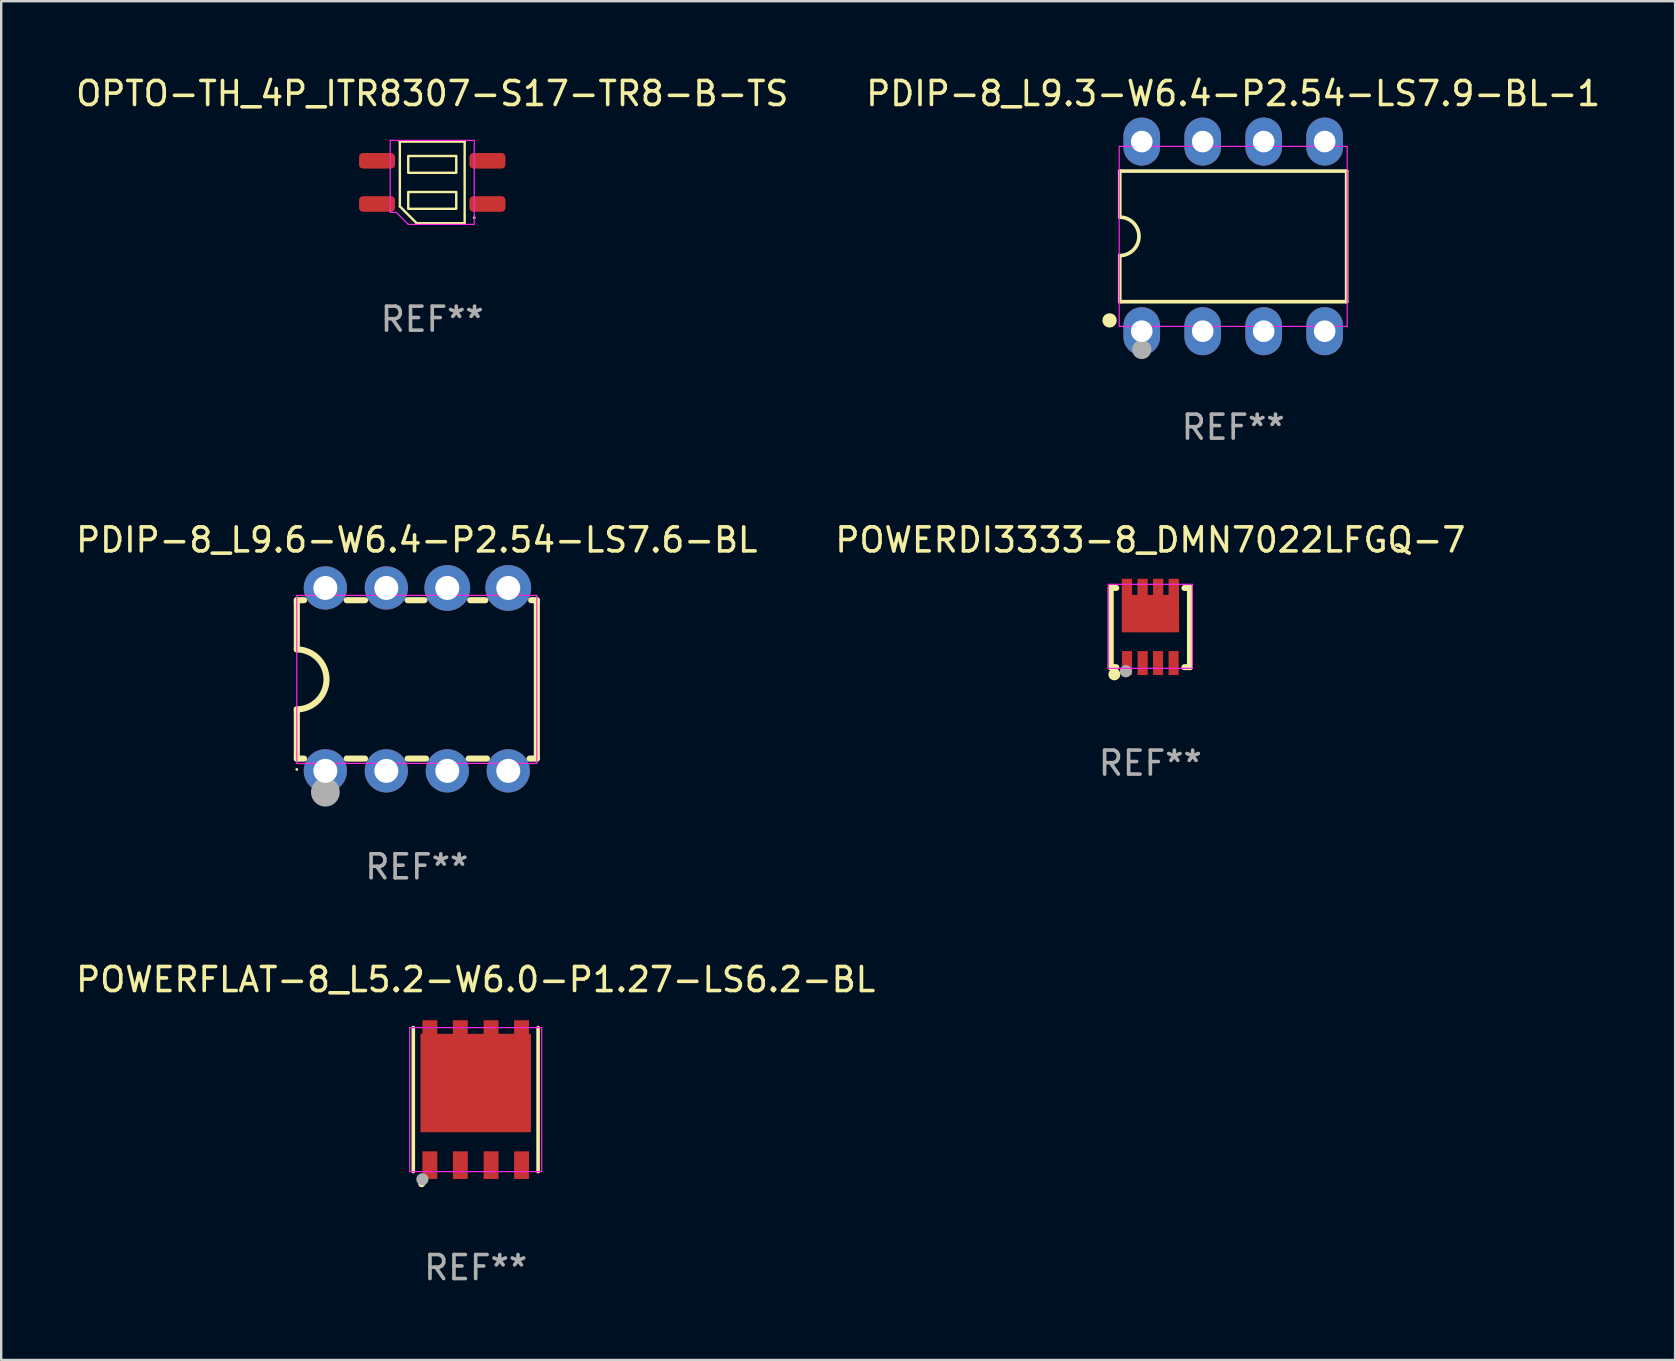
<source format=kicad_pcb>
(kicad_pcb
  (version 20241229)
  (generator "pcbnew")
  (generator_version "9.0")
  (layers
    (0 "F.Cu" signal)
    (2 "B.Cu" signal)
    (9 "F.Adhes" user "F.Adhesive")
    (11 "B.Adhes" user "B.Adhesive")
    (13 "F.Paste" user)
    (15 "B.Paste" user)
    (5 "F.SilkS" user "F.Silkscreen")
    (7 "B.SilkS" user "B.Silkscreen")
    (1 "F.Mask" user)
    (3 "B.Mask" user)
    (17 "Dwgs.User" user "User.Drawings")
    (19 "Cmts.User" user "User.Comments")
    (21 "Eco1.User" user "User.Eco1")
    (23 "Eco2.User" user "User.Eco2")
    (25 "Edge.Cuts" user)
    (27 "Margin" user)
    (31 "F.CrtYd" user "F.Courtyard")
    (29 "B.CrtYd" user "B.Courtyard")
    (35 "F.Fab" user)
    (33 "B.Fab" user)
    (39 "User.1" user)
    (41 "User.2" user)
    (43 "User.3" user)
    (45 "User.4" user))
  (footprint "PDIP-8_L9.6-W6.4-P2.54-LS7.6-BL"
    (layer "F.Cu")
    (at 14.315 25.255)
    (property "Reference" "PDIP-8_L9.6-W6.4-P2.54-LS7.6-BL" (at 0 -5.81 0) (layer "F.SilkS") (effects (font (size 1 1) (thickness 0.15))))
    (attr through_hole)
    (fp_line (start -5 -3.3) (end -5 -1.25) (stroke (width 0.254) (type solid)) (layer "F.SilkS"))
    (fp_line (start -5 -3.3) (end -4.698 -3.3) (stroke (width 0.254) (type solid)) (layer "F.SilkS"))
    (fp_line (start -5 3.3) (end -5 1.25) (stroke (width 0.254) (type solid)) (layer "F.SilkS"))
    (fp_line (start -5 3.3) (end -4.698 3.3) (stroke (width 0.254) (type solid)) (layer "F.SilkS"))
    (fp_line (start -2.922 -3.3) (end -2.158 -3.3) (stroke (width 0.254) (type solid)) (layer "F.SilkS"))
    (fp_line (start -2.922 3.3) (end -2.158 3.3) (stroke (width 0.254) (type solid)) (layer "F.SilkS"))
    (fp_line (start -0.382 -3.3) (end 0.316 -3.3) (stroke (width 0.254) (type solid)) (layer "F.SilkS"))
    (fp_line (start -0.382 3.3) (end 0.382 3.3) (stroke (width 0.254) (type solid)) (layer "F.SilkS"))
    (fp_line (start 2.158 3.3) (end 2.922 3.3) (stroke (width 0.254) (type solid)) (layer "F.SilkS"))
    (fp_line (start 2.224 -3.3) (end 2.856 -3.3) (stroke (width 0.254) (type solid)) (layer "F.SilkS"))
    (fp_line (start 4.698 3.3) (end 5 3.3) (stroke (width 0.254) (type solid)) (layer "F.SilkS"))
    (fp_line (start 4.764 -3.3) (end 5 -3.3) (stroke (width 0.254) (type solid)) (layer "F.SilkS"))
    (fp_line (start 5 -3.3) (end 5 3.3) (stroke (width 0.254) (type solid)) (layer "F.SilkS"))
    (fp_arc (start -5 -1.25) (mid -3.756388 0.000455) (end -5.001271 1.249683) (stroke (width 0.254) (type solid)) (layer "F.SilkS"))
    (fp_circle (center -5 3.75) (end -4.97 3.75) (stroke (width 0.06) (type solid)) (fill no) (layer "F.SilkS"))
    (fp_line (start -5 -3.5) (end 5 -3.5) (stroke (width 0.05) (type default)) (layer "F.CrtYd"))
    (fp_line (start -5 3.5) (end -5 -3.5) (stroke (width 0.05) (type default)) (layer "F.CrtYd"))
    (fp_line (start 5 -3.5) (end 5 3.5) (stroke (width 0.05) (type default)) (layer "F.CrtYd"))
    (fp_line (start 5 3.5) (end -5 3.5) (stroke (width 0.05) (type default)) (layer "F.CrtYd"))
    (fp_circle (center -3.81 4.699) (end -3.51 4.699) (stroke (width 0.6) (type solid)) (fill no) (layer "F.Fab"))
    (fp_text user "REF**" (at 0 7.81 0) (layer "F.Fab") (effects (font (size 1 1) (thickness 0.15))))
    (pad "1" thru_hole circle (at -3.81 3.81) (size 1.8 1.8) (drill 1) (layers "*.Cu" "*.Mask"))
    (pad "2" thru_hole circle (at -1.27 3.81) (size 1.8 1.8) (drill 1) (layers "*.Cu" "*.Mask"))
    (pad "3" thru_hole circle (at 1.27 3.81) (size 1.8 1.8) (drill 1) (layers "*.Cu" "*.Mask"))
    (pad "4" thru_hole circle (at 3.81 3.81) (size 1.8 1.8) (drill 1) (layers "*.Cu" "*.Mask"))
    (pad "5" thru_hole circle (at 3.81 -3.81) (size 1.905 1.905) (drill 1) (layers "*.Cu" "*.Mask"))
    (pad "6" thru_hole circle (at 1.27 -3.81) (size 1.905 1.905) (drill 1) (layers "*.Cu" "*.Mask"))
    (pad "7" thru_hole circle (at -1.27 -3.81) (size 1.8 1.8) (drill 1) (layers "*.Cu" "*.Mask"))
    (pad "8" thru_hole circle (at -3.81 -3.81) (size 1.8 1.8) (drill 1) (layers "*.Cu" "*.Mask")))
  (footprint "PDIP-8_L9.3-W6.4-P2.54-LS7.9-BL-1"
    (layer "F.Cu")
    (at 48.327 6.798)
    (property "Reference" "PDIP-8_L9.3-W6.4-P2.54-LS7.9-BL-1" (at 0 -5.95 0) (layer "F.SilkS") (effects (font (size 1 1) (thickness 0.15))))
    (attr through_hole)
    (fp_line (start -4.726 -2.721) (end -4.726 -0.8) (stroke (width 0.152) (type solid)) (layer "F.SilkS"))
    (fp_line (start -4.726 0.8) (end -4.726 2.721) (stroke (width 0.152) (type solid)) (layer "F.SilkS"))
    (fp_line (start -4.726 2.721) (end 4.726 2.721) (stroke (width 0.152) (type solid)) (layer "F.SilkS"))
    (fp_line (start 4.726 -2.721) (end -4.726 -2.721) (stroke (width 0.152) (type solid)) (layer "F.SilkS"))
    (fp_line (start 4.726 2.721) (end 4.726 -2.721) (stroke (width 0.152) (type solid)) (layer "F.SilkS"))
    (fp_arc (start -4.7262 -0.8) (mid -3.9262 0) (end -4.7262 0.8) (stroke (width 0.1524) (type solid)) (layer "F.SilkS"))
    (fp_circle (center -5.15 3.5) (end -5 3.5) (stroke (width 0.3) (type solid)) (fill no) (layer "F.SilkS"))
    (fp_line (start -4.75 -3.75) (end 4.75 -3.75) (stroke (width 0.05) (type default)) (layer "F.CrtYd"))
    (fp_line (start -4.75 3.75) (end -4.75 -3.75) (stroke (width 0.05) (type default)) (layer "F.CrtYd"))
    (fp_line (start 4.75 -3.75) (end 4.75 3.75) (stroke (width 0.05) (type default)) (layer "F.CrtYd"))
    (fp_line (start 4.75 3.75) (end -4.75 3.75) (stroke (width 0.05) (type default)) (layer "F.CrtYd"))
    (fp_circle (center -3.81 4.712) (end -3.61 4.712) (stroke (width 0.4) (type solid)) (fill no) (layer "F.Fab"))
    (fp_text user "REF**" (at 0 7.95 0) (layer "F.Fab") (effects (font (size 1 1) (thickness 0.15))))
    (pad "1" thru_hole oval (at -3.81 3.95) (size 1.524 2) (drill 0.9) (layers "*.Cu" "*.Mask"))
    (pad "2" thru_hole oval (at -1.27 3.95) (size 1.524 2) (drill 0.9) (layers "*.Cu" "*.Mask"))
    (pad "3" thru_hole oval (at 1.27 3.95) (size 1.524 2) (drill 0.9) (layers "*.Cu" "*.Mask"))
    (pad "4" thru_hole oval (at 3.81 3.95) (size 1.524 2) (drill 0.9) (layers "*.Cu" "*.Mask"))
    (pad "5" thru_hole oval (at 3.81 -3.95) (size 1.524 2) (drill 0.9) (layers "*.Cu" "*.Mask"))
    (pad "6" thru_hole oval (at 1.27 -3.95) (size 1.524 2) (drill 0.9) (layers "*.Cu" "*.Mask"))
    (pad "7" thru_hole oval (at -1.27 -3.95) (size 1.524 2) (drill 0.9) (layers "*.Cu" "*.Mask"))
    (pad "8" thru_hole oval (at -3.81 -3.95) (size 1.524 2) (drill 0.9) (layers "*.Cu" "*.Mask")))
  (footprint "POWERFLAT-8_L5.2-W6.0-P1.27-LS6.2-BL"
    (layer "F.Cu")
    (at 16.768 42.761)
    (property "Reference" "POWERFLAT-8_L5.2-W6.0-P1.27-LS6.2-BL" (at 0 -5 0) (layer "F.SilkS") (effects (font (size 1 1) (thickness 0.15))))
    (attr smd)
    (fp_line (start -2.6 -3) (end -2.6 3) (stroke (width 0.15) (type solid)) (layer "F.SilkS"))
    (fp_line (start 2.6 -3) (end 2.6 3) (stroke (width 0.15) (type solid)) (layer "F.SilkS"))
    (fp_circle (center -2.25 3.5) (end -2.25 3.5) (stroke (width 0.15) (type solid)) (fill no) (layer "F.SilkS"))
    (fp_line (start -2.75 -3) (end 2.75 -3) (stroke (width 0.05) (type default)) (layer "F.CrtYd"))
    (fp_line (start -2.75 3) (end -2.75 -3) (stroke (width 0.05) (type default)) (layer "F.CrtYd"))
    (fp_line (start 2.75 -3) (end 2.75 3) (stroke (width 0.05) (type default)) (layer "F.CrtYd"))
    (fp_line (start 2.75 3) (end -2.75 3) (stroke (width 0.05) (type default)) (layer "F.CrtYd"))
    (fp_circle (center -2.22 3.32) (end -2.09 3.32) (stroke (width 0.25) (type solid)) (fill no) (layer "F.Fab"))
    (fp_text user "REF**" (at 0 7 0) (layer "F.Fab") (effects (font (size 1 1) (thickness 0.15))))
    (pad "1" smd rect (at -1.91 2.73) (size 0.62 1.15) (layers "F.Cu" "F.Mask" "F.Paste"))
    (pad "2" smd rect (at -0.64 2.73) (size 0.62 1.15) (layers "F.Cu" "F.Mask" "F.Paste"))
    (pad "3" smd rect (at 0.64 2.73) (size 0.62 1.15) (layers "F.Cu" "F.Mask" "F.Paste"))
    (pad "4" smd rect (at 1.91 2.73) (size 0.62 1.15) (layers "F.Cu" "F.Mask" "F.Paste"))
    (pad "5" smd rect (at 1.91 -2.73) (size 0.62 1.15) (layers "F.Cu" "F.Mask" "F.Paste"))
    (pad "6" smd rect (at 0.64 -2.73) (size 0.62 1.15) (layers "F.Cu" "F.Mask" "F.Paste"))
    (pad "7" smd rect (at -0.64 -2.73) (size 0.62 1.15) (layers "F.Cu" "F.Mask" "F.Paste"))
    (pad "8" smd rect (at -1.91 -2.73) (size 0.62 1.15) (layers "F.Cu" "F.Mask" "F.Paste"))
    (pad "8" smd rect (at 0 -0.69) (size 4.6 4.1) (layers "F.Cu" "F.Mask" "F.Paste")))
  (footprint "OPTO-TH_4P_ITR8307-S17-TR8-B-TS"
    (layer "F.Cu")
    (at 14.958 4.548)
    (property "Reference" "OPTO-TH_4P_ITR8307-S17-TR8-B-TS" (at 0 -3.7 0) (layer "F.SilkS") (effects (font (size 1 1) (thickness 0.15))))
    (attr smd)
    (fp_line (start -1.35 -1.7) (end 1.35 -1.7) (stroke (width 0.1) (type solid)) (layer "F.SilkS"))
    (fp_line (start -1.35 1) (end -1.35 -1.7) (stroke (width 0.1) (type solid)) (layer "F.SilkS"))
    (fp_line (start -1.35 1) (end -0.65 1.7) (stroke (width 0.1) (type solid)) (layer "F.SilkS"))
    (fp_line (start 1.35 -1.7) (end 1.35 1.7) (stroke (width 0.1) (type solid)) (layer "F.SilkS"))
    (fp_line (start 1.35 1.7) (end -0.65 1.7) (stroke (width 0.1) (type solid)) (layer "F.SilkS"))
    (fp_rect (start -1 -1.1) (end 1 -0.4) (stroke (width 0.1) (type default)) (fill no) (layer "F.SilkS"))
    (fp_rect (start -1 0.4) (end 1 1.1) (stroke (width 0.1) (type default)) (fill no) (layer "F.SilkS"))
    (fp_circle (center 1.75 1.47) (end 1.78 1.47) (stroke (width 0.06) (type solid)) (fill no) (layer "F.SilkS"))
    (fp_line (start -1.75 -1.75) (end 1.75 -1.75) (stroke (width 0.05) (type default)) (layer "F.CrtYd"))
    (fp_line (start -1.75 1.25) (end -1.75 -1.75) (stroke (width 0.05) (type default)) (layer "F.CrtYd"))
    (fp_line (start -1.5 1.25) (end -1.75 1.25) (stroke (width 0.05) (type default)) (layer "F.CrtYd"))
    (fp_line (start -1 1.75) (end -1.5 1.25) (stroke (width 0.05) (type default)) (layer "F.CrtYd"))
    (fp_line (start 1.75 -1.75) (end 1.75 1.75) (stroke (width 0.05) (type default)) (layer "F.CrtYd"))
    (fp_line (start 1.75 1.75) (end -1 1.75) (stroke (width 0.05) (type default)) (layer "F.CrtYd"))
    (fp_text user "REF**" (at 0 5.7 0) (layer "F.Fab") (effects (font (size 1 1) (thickness 0.15))))
    (pad "1" smd roundrect (at 2.3 0.9) (size 1.5 0.65) (layers "F.Cu" "F.Mask" "F.Paste") (roundrect_rratio 0.25))
    (pad "2" smd roundrect (at -2.3 0.9) (size 1.5 0.65) (layers "F.Cu" "F.Mask" "F.Paste") (roundrect_rratio 0.25))
    (pad "3" smd roundrect (at 2.3 -0.9) (size 1.5 0.65) (layers "F.Cu" "F.Mask" "F.Paste") (roundrect_rratio 0.25))
    (pad "4" smd roundrect (at -2.3 -0.9) (size 1.5 0.65) (layers "F.Cu" "F.Mask" "F.Paste") (roundrect_rratio 0.25)))
  (footprint "POWERDI3333-8_DMN7022LFGQ-7"
    (layer "F.Cu")
    (at 44.875 23.545)
    (property "Reference" "POWERDI3333-8_DMN7022LFGQ-7" (at 0 -4.1 0) (layer "F.SilkS") (effects (font (size 1 1) (thickness 0.15))))
    (attr smd)
    (fp_line (start -1.65 -2.1) (end -1.65 1.2) (stroke (width 0.25) (type solid)) (layer "F.SilkS"))
    (fp_line (start -1.65 1.2) (end -1.42 1.2) (stroke (width 0.25) (type solid)) (layer "F.SilkS"))
    (fp_line (start -1.42 -2.1) (end -1.65 -2.1) (stroke (width 0.25) (type solid)) (layer "F.SilkS"))
    (fp_line (start 1.42 1.2) (end 1.65 1.2) (stroke (width 0.25) (type solid)) (layer "F.SilkS"))
    (fp_line (start 1.65 -2.1) (end 1.42 -2.1) (stroke (width 0.25) (type solid)) (layer "F.SilkS"))
    (fp_line (start 1.65 1.2) (end 1.65 -2.1) (stroke (width 0.25) (type solid)) (layer "F.SilkS"))
    (fp_circle (center -1.65 1.18) (end -1.62 1.18) (stroke (width 0.06) (type solid)) (fill no) (layer "F.SilkS"))
    (fp_circle (center -1.5 1.5) (end -1.5 1.5) (stroke (width 0.25) (type solid)) (fill no) (layer "F.SilkS"))
    (fp_line (start -1.75 -2.25) (end 1.75 -2.25) (stroke (width 0.05) (type default)) (layer "F.CrtYd"))
    (fp_line (start -1.75 1.25) (end -1.75 -2.25) (stroke (width 0.05) (type default)) (layer "F.CrtYd"))
    (fp_line (start 1.75 -2.25) (end 1.75 1.25) (stroke (width 0.05) (type default)) (layer "F.CrtYd"))
    (fp_line (start 1.75 1.25) (end -1.75 1.25) (stroke (width 0.05) (type default)) (layer "F.CrtYd"))
    (fp_circle (center -1.02 1.37) (end -0.89 1.37) (stroke (width 0.25) (type solid)) (fill no) (layer "F.Fab"))
    (fp_text user "REF**" (at 0 5.2 0) (layer "F.Fab") (effects (font (size 1 1) (thickness 0.15))))
    (pad "1" smd rect (at -0.97 1.03) (size 0.42 1) (layers "F.Cu" "F.Mask" "F.Paste"))
    (pad "2" smd rect (at -0.32 1.03) (size 0.42 1) (layers "F.Cu" "F.Mask" "F.Paste"))
    (pad "3" smd rect (at 0.32 1.03) (size 0.42 1) (layers "F.Cu" "F.Mask" "F.Paste"))
    (pad "4" smd rect (at 0.97 1.03) (size 0.42 1) (layers "F.Cu" "F.Mask" "F.Paste"))
    (pad "5" smd custom (at 0 -1.03) (size 0.1 0.1) (layers "F.Cu" "F.Mask" "F.Paste") (options (anchor rect)) (primitives (gr_poly (pts (xy -1.19 0.78) (xy -1.19 -1.45) (xy -0.76 -1.45) (xy -0.76 -0.78) (xy -0.54 -0.78) (xy -0.54 -1.45) (xy -0.11 -1.45) (xy -0.11 -0.78) (xy 0.11 -0.78) (xy 0.11 -1.45) (xy 0.54 -1.45) (xy 0.54 -0.78) (xy 0.76 -0.78) (xy 0.76 -1.45) (xy 1.19 -1.45) (xy 1.2 0.78) (xy -1.19 0.78)) (width 0) (fill yes)))))
  (gr_rect
    (start -3 -3)
    (end 66.738 53.609)
    (stroke (width 0.1) (type default))
    (fill no)
    (layer "Edge.Cuts")))
</source>
